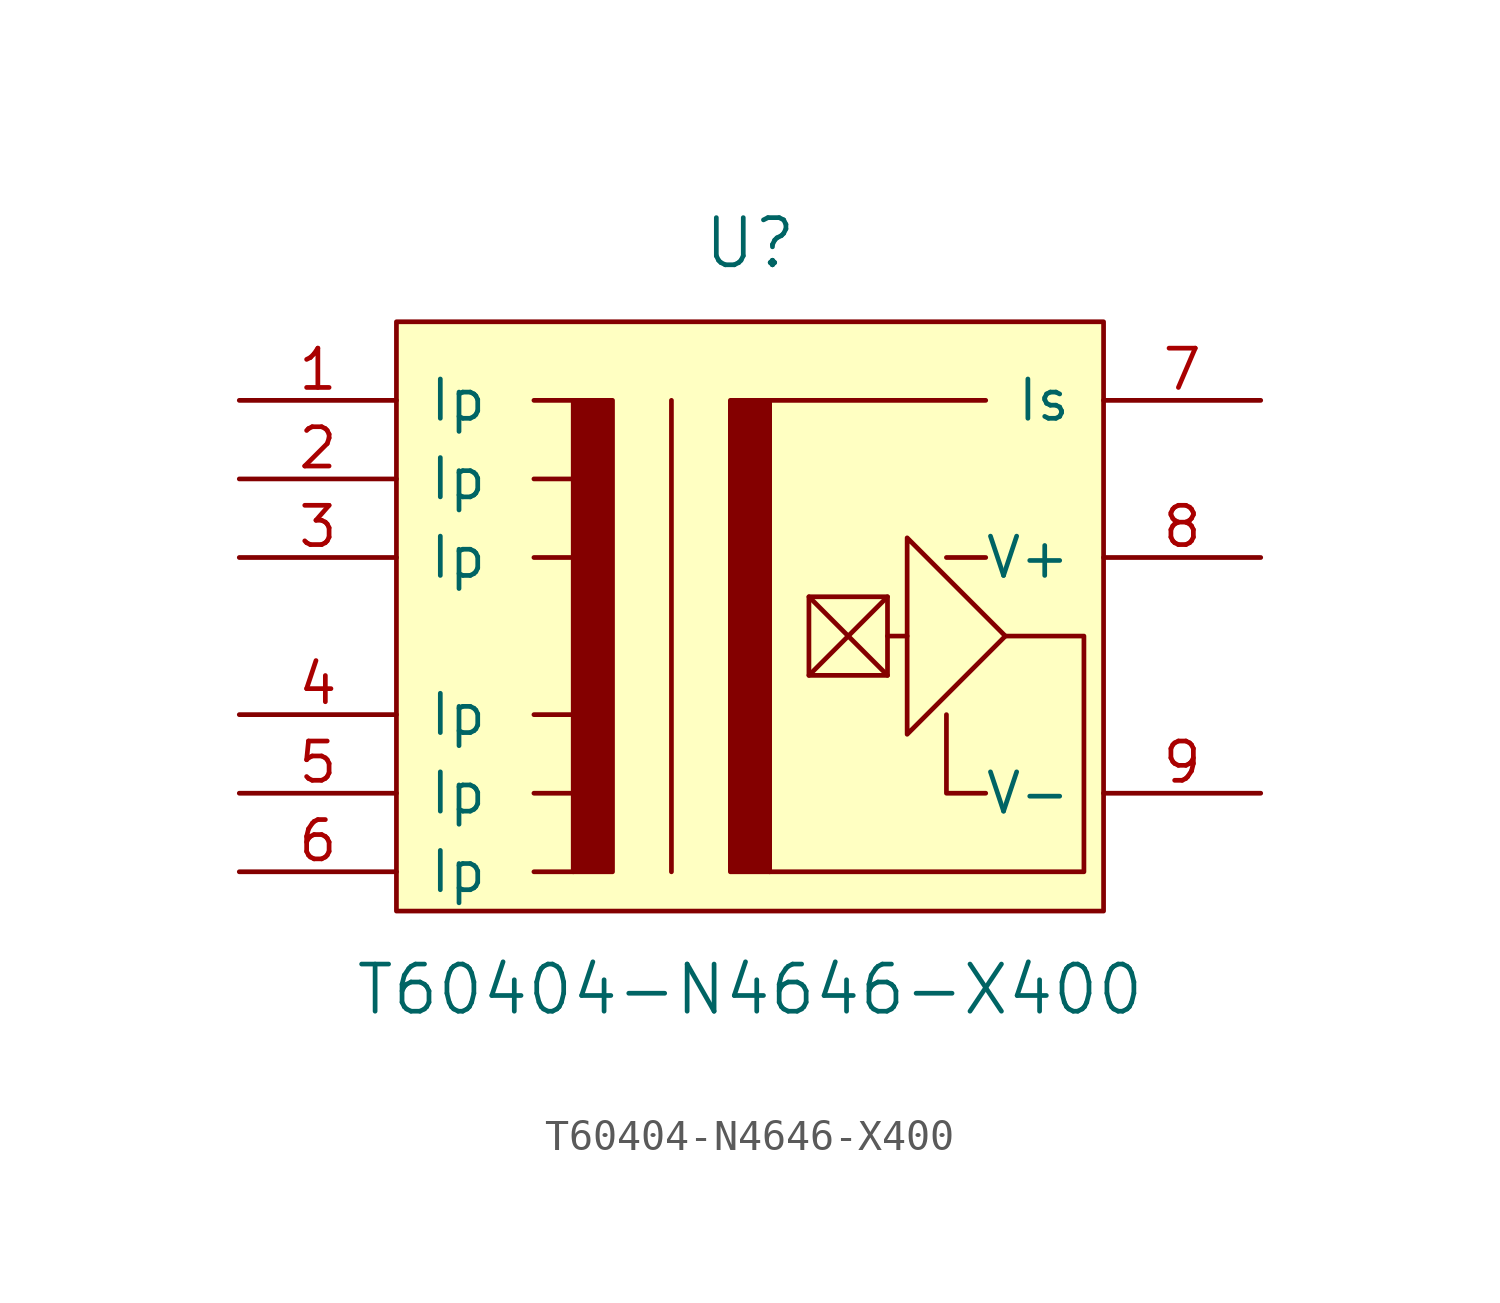
<source format=kicad_sym>
(kicad_symbol_lib
  (version 20220914)
  (generator kicad_symbol_editor)
  (symbol "T60404-N4646-X400"
    (pin_names
      (offset 1.016))
    (property "Reference" "U"
      (at 0 12.7 0)
      (effects (font (size 1.524 1.524))))
    (property "Value" "T60404-N4646-X400"
      (at 0 -11.43 0)
      (effects (font (size 1.524 1.524))))
    (symbol "T60404-N4646-X400_0_1"
      (rectangle (start -11.43 10.16) (end 11.43 -8.89) (stroke (width 0) (type default)) (fill (type background)))
      (rectangle (start -5.715 7.62) (end -4.445 -7.62) (stroke (width 0) (type default)) (fill (type outline)))
      (rectangle (start -0.635 7.62) (end 0.635 -7.62) (stroke (width 0) (type default)) (fill (type outline)))
      (polyline (pts (xy -5.715 -7.62) (xy -6.985 -7.62)) (stroke (width 0) (type default)) (fill (type none)))
      (polyline (pts (xy -5.715 -5.08) (xy -6.985 -5.08)) (stroke (width 0) (type default)) (fill (type none)))
      (polyline (pts (xy -5.715 -2.54) (xy -6.985 -2.54)) (stroke (width 0) (type default)) (fill (type none)))
      (polyline (pts (xy -5.715 2.54) (xy -6.985 2.54)) (stroke (width 0) (type default)) (fill (type none)))
      (polyline (pts (xy -5.715 5.08) (xy -6.985 5.08)) (stroke (width 0) (type default)) (fill (type none)))
      (polyline (pts (xy -5.715 7.62) (xy -6.985 7.62)) (stroke (width 0) (type default)) (fill (type none)))
      (polyline (pts (xy -2.54 -7.62) (xy -2.54 7.62)) (stroke (width 0) (type default)) (fill (type none)))
      (polyline (pts (xy 0.635 7.62) (xy 7.62 7.62)) (stroke (width 0) (type default)) (fill (type none)))
      (polyline (pts (xy 1.905 -1.27) (xy 4.445 1.27)) (stroke (width 0) (type default)) (fill (type none)))
      (polyline (pts (xy 4.445 -1.27) (xy 1.905 1.27)) (stroke (width 0) (type default)) (fill (type none)))
      (polyline (pts (xy 5.08 0) (xy 4.445 0)) (stroke (width 0) (type default)) (fill (type none)))
      (polyline (pts (xy 7.62 2.54) (xy 6.35 2.54)) (stroke (width 0) (type default)) (fill (type none)))
      (polyline (pts (xy 7.62 -5.08) (xy 6.35 -5.08) (xy 6.35 -2.54)) (stroke (width 0) (type default)) (fill (type none)))
      (polyline (pts (xy 5.08 3.175) (xy 5.08 -3.175) (xy 8.255 0) (xy 5.08 3.175)) (stroke (width 0) (type default)) (fill (type none)))
      (polyline (pts (xy 8.255 0) (xy 10.795 0) (xy 10.795 -7.62) (xy 0.635 -7.62)) (stroke (width 0) (type default)) (fill (type none)))
      (rectangle (start 1.905 1.27) (end 4.445 -1.27) (stroke (width 0) (type default)) (fill (type none))))
    (symbol "T60404-N4646-X400_1_1"
      (pin passive line (at -16.51 7.62 0) (length 5.08) (name "Ip" (effects (font (size 1.27 1.27)))) (number "1" (effects (font (size 1.27 1.27)))))
      (pin passive line (at -16.51 5.08 0) (length 5.08) (name "Ip" (effects (font (size 1.27 1.27)))) (number "2" (effects (font (size 1.27 1.27)))))
      (pin passive line (at -16.51 2.54 0) (length 5.08) (name "Ip" (effects (font (size 1.27 1.27)))) (number "3" (effects (font (size 1.27 1.27)))))
      (pin passive line (at -16.51 -2.54 0) (length 5.08) (name "Ip" (effects (font (size 1.27 1.27)))) (number "4" (effects (font (size 1.27 1.27)))))
      (pin passive line (at -16.51 -5.08 0) (length 5.08) (name "Ip" (effects (font (size 1.27 1.27)))) (number "5" (effects (font (size 1.27 1.27)))))
      (pin passive line (at -16.51 -7.62 0) (length 5.08) (name "Ip" (effects (font (size 1.27 1.27)))) (number "6" (effects (font (size 1.27 1.27)))))
      (pin passive line (at 16.51 7.62 180) (length 5.08) (name "Is" (effects (font (size 1.27 1.27)))) (number "7" (effects (font (size 1.27 1.27)))))
      (pin passive line (at 16.51 2.54 180) (length 5.08) (name "V+" (effects (font (size 1.27 1.27)))) (number "8" (effects (font (size 1.27 1.27)))))
      (pin passive line (at 16.51 -5.08 180) (length 5.08) (name "V-" (effects (font (size 1.27 1.27)))) (number "9" (effects (font (size 1.27 1.27))))))))
</source>
